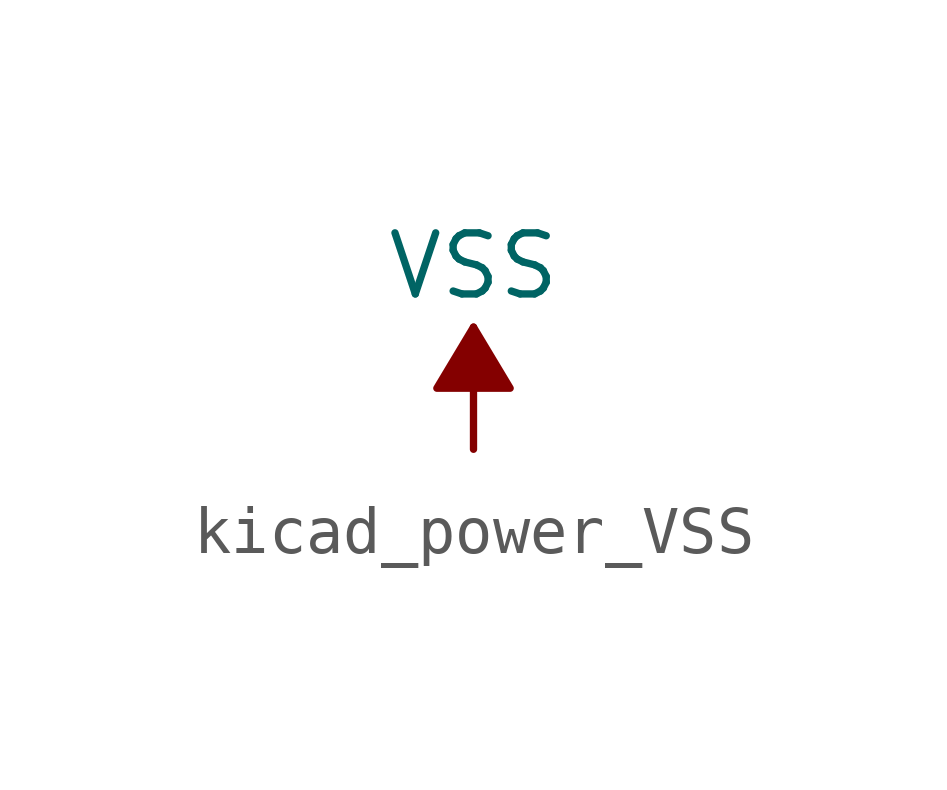
<source format=kicad_sym>
(kicad_symbol_lib
  (version 20220914)
  (generator kicad_symbol_editor)
  (symbol "kicad_power_VSS"
    (power)
    (pin_names
      (offset 0))
    (property "Reference" "#PWR"
      (at 0 -3.81 0)
      (effects (font (size 1.27 1.27)) hide))
    (property "Value" "VSS"
      (at 0 3.81 0)
      (effects (font (size 1.27 1.27))))
    (symbol "kicad_power_VSS_0_1"
      (polyline (pts (xy 0 0) (xy 0 2.54)) (stroke (width 0) (type default)) (fill (type none)))
      (polyline (pts (xy 0.762 1.27) (xy -0.762 1.27) (xy 0 2.54) (xy 0.762 1.27)) (stroke (width 0) (type default)) (fill (type outline))))
    (symbol "kicad_power_VSS_1_1"
      (pin power_in line (at 0 0 90) (length 0) hide (name "VSS" (effects (font (size 1.27 1.27)))) (number "1" (effects (font (size 1.27 1.27))))))))
</source>
